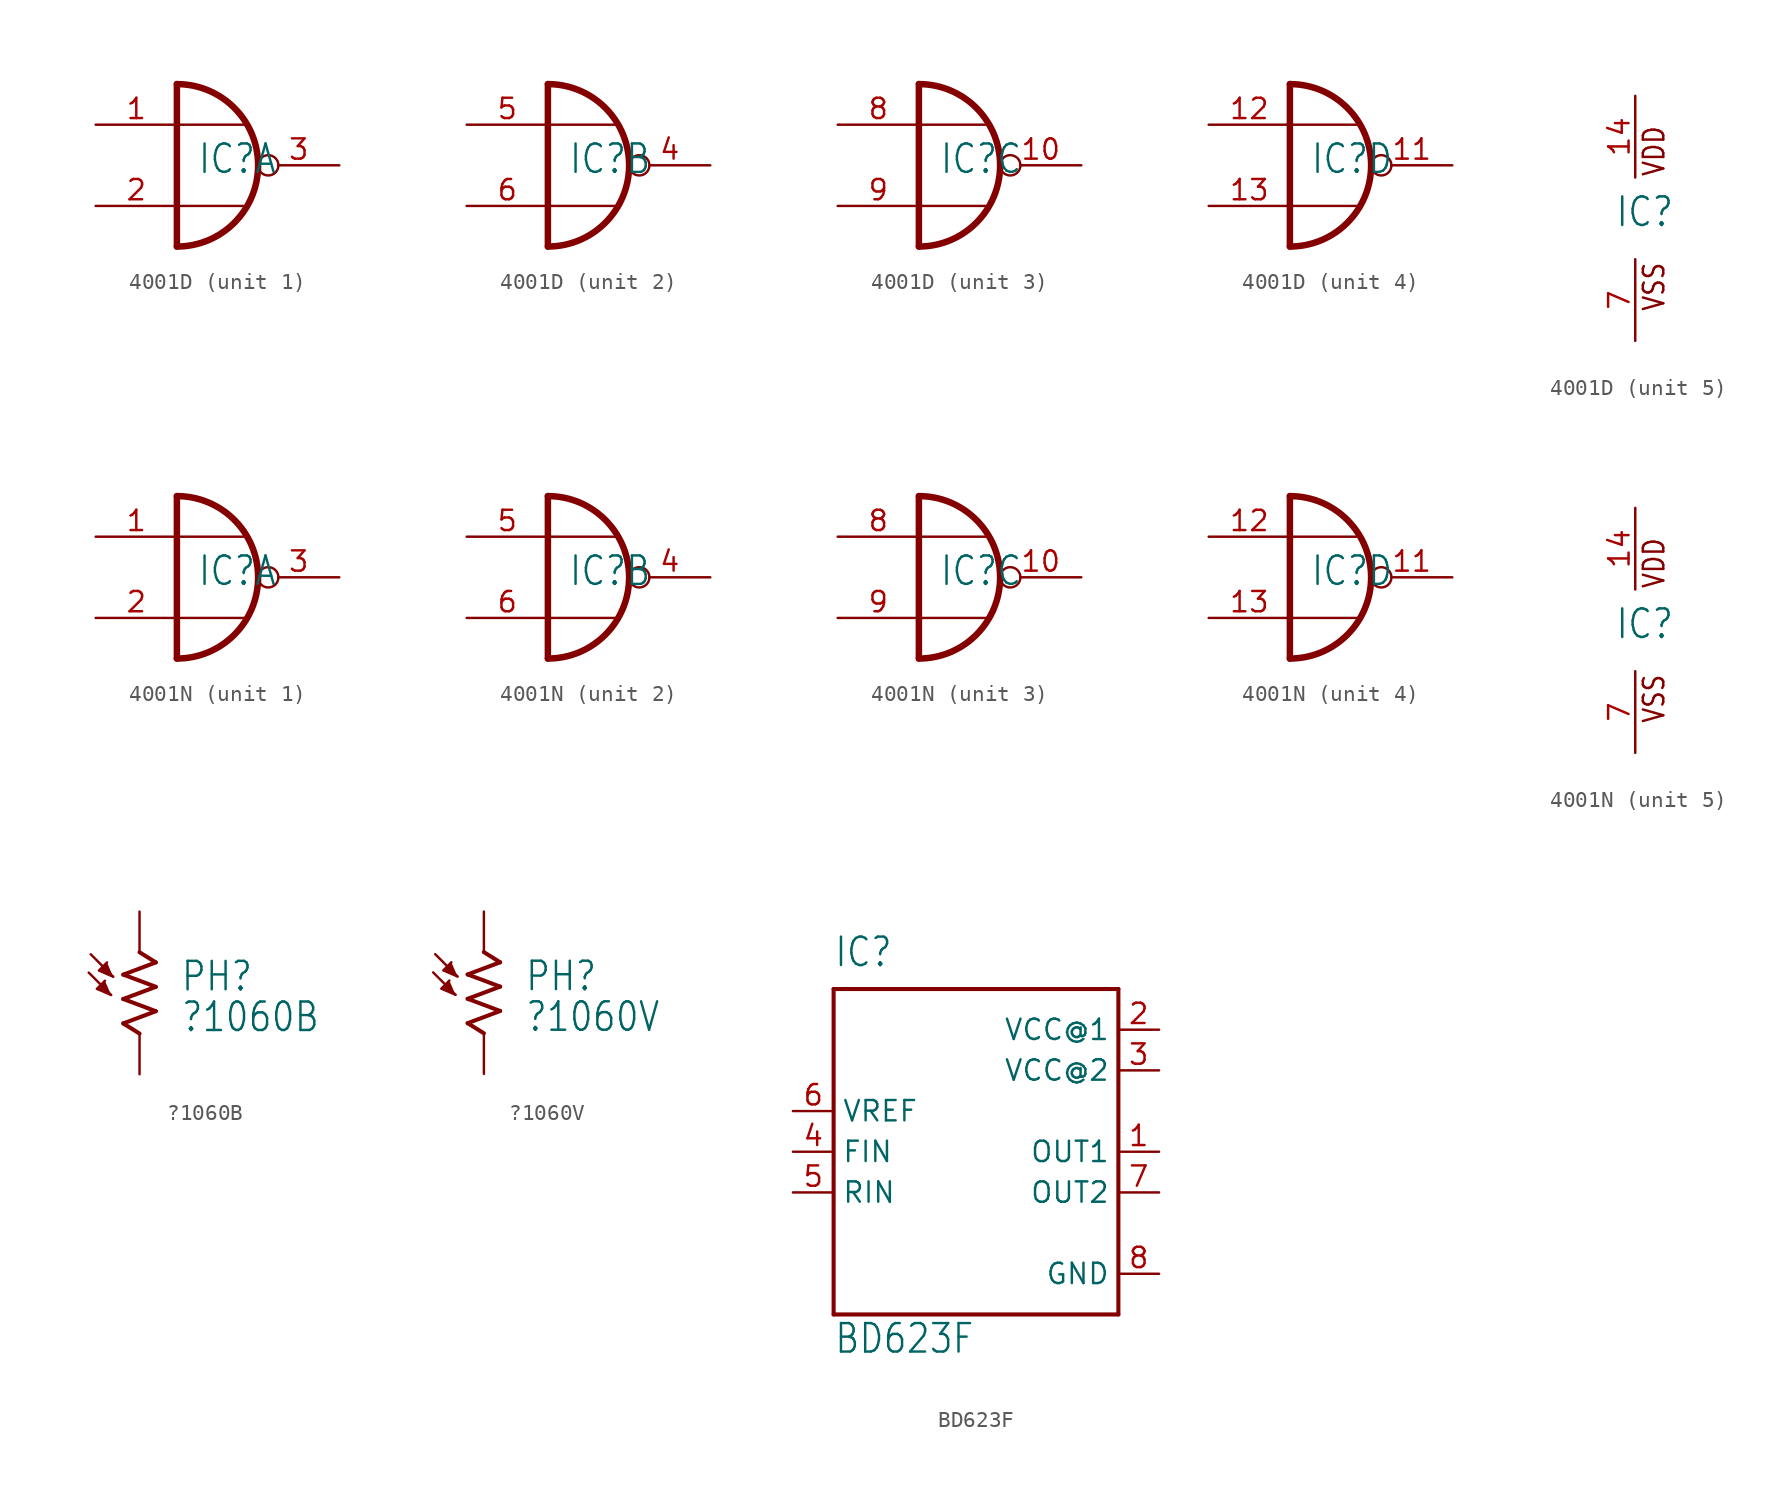
<source format=kicad_sym>
(kicad_symbol_lib
  (version 20211014)
  (generator kicad_symbol_editor)
  (symbol "4001D"
    (property "Reference" "IC"
      (at -1.27 -0.635 0)
      (effects (font (size 1.778 1.511)) (justify left bottom)))
    (property "ki_locked" ""
      (at 0 0 0)
      (effects (font (size 1.27 1.27))))
    (symbol "4001D_1_0"
      (arc (start -2.54 -5.08) (mid 2.54 0) (end -2.54 5.08) (stroke (width 0.4064) (type default) (color 0 0 0 0)) (fill (type none)))
      (polyline (pts (xy -2.54 -5.08) (xy -2.54 5.08)) (stroke (width 0.406) (type default) (color 0 0 0 0)) (fill (type none)))
      (polyline (pts (xy -2.54 -2.54) (xy 1.778 -2.54)) (stroke (width 0.152) (type default) (color 0 0 0 0)) (fill (type none)))
      (polyline (pts (xy -2.54 2.54) (xy 1.778 2.54)) (stroke (width 0.152) (type default) (color 0 0 0 0)) (fill (type none)))
      (pin input line (at -7.62 2.54 0) (length 5.08) (name "I0" (effects (font (size 0 0)))) (number "1" (effects (font (size 1.27 1.27)))))
      (pin input line (at -7.62 -2.54 0) (length 5.08) (name "I1" (effects (font (size 0 0)))) (number "2" (effects (font (size 1.27 1.27)))))
      (pin output inverted (at 7.62 0 180) (length 5.08) (name "O" (effects (font (size 0 0)))) (number "3" (effects (font (size 1.27 1.27))))))
    (symbol "4001D_2_0"
      (arc (start -2.54 -5.08) (mid 2.54 0) (end -2.54 5.08) (stroke (width 0.4064) (type default) (color 0 0 0 0)) (fill (type none)))
      (polyline (pts (xy -2.54 -5.08) (xy -2.54 5.08)) (stroke (width 0.406) (type default) (color 0 0 0 0)) (fill (type none)))
      (polyline (pts (xy -2.54 -2.54) (xy 1.778 -2.54)) (stroke (width 0.152) (type default) (color 0 0 0 0)) (fill (type none)))
      (polyline (pts (xy -2.54 2.54) (xy 1.778 2.54)) (stroke (width 0.152) (type default) (color 0 0 0 0)) (fill (type none)))
      (pin output inverted (at 7.62 0 180) (length 5.08) (name "O" (effects (font (size 0 0)))) (number "4" (effects (font (size 1.27 1.27)))))
      (pin input line (at -7.62 2.54 0) (length 5.08) (name "I0" (effects (font (size 0 0)))) (number "5" (effects (font (size 1.27 1.27)))))
      (pin input line (at -7.62 -2.54 0) (length 5.08) (name "I1" (effects (font (size 0 0)))) (number "6" (effects (font (size 1.27 1.27))))))
    (symbol "4001D_3_0"
      (arc (start -2.54 -5.08) (mid 2.54 0) (end -2.54 5.08) (stroke (width 0.4064) (type default) (color 0 0 0 0)) (fill (type none)))
      (polyline (pts (xy -2.54 -5.08) (xy -2.54 5.08)) (stroke (width 0.406) (type default) (color 0 0 0 0)) (fill (type none)))
      (polyline (pts (xy -2.54 -2.54) (xy 1.778 -2.54)) (stroke (width 0.152) (type default) (color 0 0 0 0)) (fill (type none)))
      (polyline (pts (xy -2.54 2.54) (xy 1.778 2.54)) (stroke (width 0.152) (type default) (color 0 0 0 0)) (fill (type none)))
      (pin output inverted (at 7.62 0 180) (length 5.08) (name "O" (effects (font (size 0 0)))) (number "10" (effects (font (size 1.27 1.27)))))
      (pin input line (at -7.62 2.54 0) (length 5.08) (name "I0" (effects (font (size 0 0)))) (number "8" (effects (font (size 1.27 1.27)))))
      (pin input line (at -7.62 -2.54 0) (length 5.08) (name "I1" (effects (font (size 0 0)))) (number "9" (effects (font (size 1.27 1.27))))))
    (symbol "4001D_4_0"
      (arc (start -2.54 -5.08) (mid 2.54 0) (end -2.54 5.08) (stroke (width 0.4064) (type default) (color 0 0 0 0)) (fill (type none)))
      (polyline (pts (xy -2.54 -5.08) (xy -2.54 5.08)) (stroke (width 0.406) (type default) (color 0 0 0 0)) (fill (type none)))
      (polyline (pts (xy -2.54 -2.54) (xy 1.778 -2.54)) (stroke (width 0.152) (type default) (color 0 0 0 0)) (fill (type none)))
      (polyline (pts (xy -2.54 2.54) (xy 1.778 2.54)) (stroke (width 0.152) (type default) (color 0 0 0 0)) (fill (type none)))
      (pin output inverted (at 7.62 0 180) (length 5.08) (name "O" (effects (font (size 0 0)))) (number "11" (effects (font (size 1.27 1.27)))))
      (pin input line (at -7.62 2.54 0) (length 5.08) (name "I0" (effects (font (size 0 0)))) (number "12" (effects (font (size 1.27 1.27)))))
      (pin input line (at -7.62 -2.54 0) (length 5.08) (name "I1" (effects (font (size 0 0)))) (number "13" (effects (font (size 1.27 1.27))))))
    (symbol "4001D_5_0"
      (text "VDD" (at 1.905 2.54 900) (effects (font (size 1.27 1.079)) (justify left bottom)))
      (text "VSS" (at 1.905 -5.842 900) (effects (font (size 1.27 1.079)) (justify left bottom)))
      (pin power_in line (at 0 7.62 270) (length 5.08) (name "VDD" (effects (font (size 0 0)))) (number "14" (effects (font (size 1.27 1.27)))))
      (pin power_in line (at 0 -7.62 90) (length 5.08) (name "VSS" (effects (font (size 0 0)))) (number "7" (effects (font (size 1.27 1.27)))))))
  (symbol "4001N"
    (property "Reference" "IC"
      (at -1.27 -0.635 0)
      (effects (font (size 1.778 1.511)) (justify left bottom)))
    (property "ki_locked" ""
      (at 0 0 0)
      (effects (font (size 1.27 1.27))))
    (symbol "4001N_1_0"
      (arc (start -2.54 -5.08) (mid 2.54 0) (end -2.54 5.08) (stroke (width 0.4064) (type default) (color 0 0 0 0)) (fill (type none)))
      (polyline (pts (xy -2.54 -5.08) (xy -2.54 5.08)) (stroke (width 0.406) (type default) (color 0 0 0 0)) (fill (type none)))
      (polyline (pts (xy -2.54 -2.54) (xy 1.778 -2.54)) (stroke (width 0.152) (type default) (color 0 0 0 0)) (fill (type none)))
      (polyline (pts (xy -2.54 2.54) (xy 1.778 2.54)) (stroke (width 0.152) (type default) (color 0 0 0 0)) (fill (type none)))
      (pin input line (at -7.62 2.54 0) (length 5.08) (name "I0" (effects (font (size 0 0)))) (number "1" (effects (font (size 1.27 1.27)))))
      (pin input line (at -7.62 -2.54 0) (length 5.08) (name "I1" (effects (font (size 0 0)))) (number "2" (effects (font (size 1.27 1.27)))))
      (pin output inverted (at 7.62 0 180) (length 5.08) (name "O" (effects (font (size 0 0)))) (number "3" (effects (font (size 1.27 1.27))))))
    (symbol "4001N_2_0"
      (arc (start -2.54 -5.08) (mid 2.54 0) (end -2.54 5.08) (stroke (width 0.4064) (type default) (color 0 0 0 0)) (fill (type none)))
      (polyline (pts (xy -2.54 -5.08) (xy -2.54 5.08)) (stroke (width 0.406) (type default) (color 0 0 0 0)) (fill (type none)))
      (polyline (pts (xy -2.54 -2.54) (xy 1.778 -2.54)) (stroke (width 0.152) (type default) (color 0 0 0 0)) (fill (type none)))
      (polyline (pts (xy -2.54 2.54) (xy 1.778 2.54)) (stroke (width 0.152) (type default) (color 0 0 0 0)) (fill (type none)))
      (pin output inverted (at 7.62 0 180) (length 5.08) (name "O" (effects (font (size 0 0)))) (number "4" (effects (font (size 1.27 1.27)))))
      (pin input line (at -7.62 2.54 0) (length 5.08) (name "I0" (effects (font (size 0 0)))) (number "5" (effects (font (size 1.27 1.27)))))
      (pin input line (at -7.62 -2.54 0) (length 5.08) (name "I1" (effects (font (size 0 0)))) (number "6" (effects (font (size 1.27 1.27))))))
    (symbol "4001N_3_0"
      (arc (start -2.54 -5.08) (mid 2.54 0) (end -2.54 5.08) (stroke (width 0.4064) (type default) (color 0 0 0 0)) (fill (type none)))
      (polyline (pts (xy -2.54 -5.08) (xy -2.54 5.08)) (stroke (width 0.406) (type default) (color 0 0 0 0)) (fill (type none)))
      (polyline (pts (xy -2.54 -2.54) (xy 1.778 -2.54)) (stroke (width 0.152) (type default) (color 0 0 0 0)) (fill (type none)))
      (polyline (pts (xy -2.54 2.54) (xy 1.778 2.54)) (stroke (width 0.152) (type default) (color 0 0 0 0)) (fill (type none)))
      (pin output inverted (at 7.62 0 180) (length 5.08) (name "O" (effects (font (size 0 0)))) (number "10" (effects (font (size 1.27 1.27)))))
      (pin input line (at -7.62 2.54 0) (length 5.08) (name "I0" (effects (font (size 0 0)))) (number "8" (effects (font (size 1.27 1.27)))))
      (pin input line (at -7.62 -2.54 0) (length 5.08) (name "I1" (effects (font (size 0 0)))) (number "9" (effects (font (size 1.27 1.27))))))
    (symbol "4001N_4_0"
      (arc (start -2.54 -5.08) (mid 2.54 0) (end -2.54 5.08) (stroke (width 0.4064) (type default) (color 0 0 0 0)) (fill (type none)))
      (polyline (pts (xy -2.54 -5.08) (xy -2.54 5.08)) (stroke (width 0.406) (type default) (color 0 0 0 0)) (fill (type none)))
      (polyline (pts (xy -2.54 -2.54) (xy 1.778 -2.54)) (stroke (width 0.152) (type default) (color 0 0 0 0)) (fill (type none)))
      (polyline (pts (xy -2.54 2.54) (xy 1.778 2.54)) (stroke (width 0.152) (type default) (color 0 0 0 0)) (fill (type none)))
      (pin output inverted (at 7.62 0 180) (length 5.08) (name "O" (effects (font (size 0 0)))) (number "11" (effects (font (size 1.27 1.27)))))
      (pin input line (at -7.62 2.54 0) (length 5.08) (name "I0" (effects (font (size 0 0)))) (number "12" (effects (font (size 1.27 1.27)))))
      (pin input line (at -7.62 -2.54 0) (length 5.08) (name "I1" (effects (font (size 0 0)))) (number "13" (effects (font (size 1.27 1.27))))))
    (symbol "4001N_5_0"
      (text "VDD" (at 1.905 2.54 900) (effects (font (size 1.27 1.079)) (justify left bottom)))
      (text "VSS" (at 1.905 -5.842 900) (effects (font (size 1.27 1.079)) (justify left bottom)))
      (pin power_in line (at 0 7.62 270) (length 5.08) (name "VDD" (effects (font (size 0 0)))) (number "14" (effects (font (size 1.27 1.27)))))
      (pin power_in line (at 0 -7.62 90) (length 5.08) (name "VSS" (effects (font (size 0 0)))) (number "7" (effects (font (size 1.27 1.27)))))))
  (symbol "?1060B"
    (property "Reference" "PH"
      (at 2.54 0 0)
      (effects (font (size 1.778 1.511)) (justify left bottom)))
    (property "Value" "?1060B"
      (at 2.54 -2.54 0)
      (effects (font (size 1.778 1.511)) (justify left bottom)))
    (property "ki_locked" ""
      (at 0 0 0)
      (effects (font (size 1.27 1.27))))
    (symbol "?1060B_1_0"
      (polyline (pts (xy -3.175 1.27) (xy -1.778 -0.127)) (stroke (width 0.152) (type default) (color 0 0 0 0)) (fill (type none)))
      (polyline (pts (xy -3.048 2.413) (xy -1.651 1.016)) (stroke (width 0.152) (type default) (color 0 0 0 0)) (fill (type none)))
      (polyline (pts (xy -1.016 -1.905) (xy 1.016 -1.143)) (stroke (width 0.254) (type default) (color 0 0 0 0)) (fill (type none)))
      (polyline (pts (xy -1.016 -0.381) (xy 1.016 0.381)) (stroke (width 0.254) (type default) (color 0 0 0 0)) (fill (type none)))
      (polyline (pts (xy -1.016 1.143) (xy 1.016 1.905)) (stroke (width 0.254) (type default) (color 0 0 0 0)) (fill (type none)))
      (polyline (pts (xy 0 -2.54) (xy -1.016 -1.905)) (stroke (width 0.254) (type default) (color 0 0 0 0)) (fill (type none)))
      (polyline (pts (xy 0 2.54) (xy 1.016 1.905)) (stroke (width 0.254) (type default) (color 0 0 0 0)) (fill (type none)))
      (polyline (pts (xy 1.016 -1.143) (xy -1.016 -0.381)) (stroke (width 0.254) (type default) (color 0 0 0 0)) (fill (type none)))
      (polyline (pts (xy 1.016 0.381) (xy -1.016 1.143)) (stroke (width 0.254) (type default) (color 0 0 0 0)) (fill (type none)))
      (polyline (pts (xy -1.778 -0.127) (xy -2.667 0.254) (xy -2.159 0.762)) (stroke (width 0) (type default) (color 0 0 0 0)) (fill (type outline)))
      (polyline (pts (xy -1.651 1.016) (xy -2.54 1.397) (xy -2.032 1.905)) (stroke (width 0) (type default) (color 0 0 0 0)) (fill (type outline)))
      (pin passive line (at 0 5.08 270) (length 2.54) (name "1" (effects (font (size 0 0)))) (number "1" (effects (font (size 0 0)))))
      (pin passive line (at 0 -5.08 90) (length 2.54) (name "2" (effects (font (size 0 0)))) (number "2" (effects (font (size 0 0)))))))
  (symbol "?1060V"
    (property "Reference" "PH"
      (at 2.54 0 0)
      (effects (font (size 1.778 1.511)) (justify left bottom)))
    (property "Value" "?1060V"
      (at 2.54 -2.54 0)
      (effects (font (size 1.778 1.511)) (justify left bottom)))
    (property "ki_locked" ""
      (at 0 0 0)
      (effects (font (size 1.27 1.27))))
    (symbol "?1060V_1_0"
      (polyline (pts (xy -3.175 1.27) (xy -1.778 -0.127)) (stroke (width 0.152) (type default) (color 0 0 0 0)) (fill (type none)))
      (polyline (pts (xy -3.048 2.413) (xy -1.651 1.016)) (stroke (width 0.152) (type default) (color 0 0 0 0)) (fill (type none)))
      (polyline (pts (xy -1.016 -1.905) (xy 1.016 -1.143)) (stroke (width 0.254) (type default) (color 0 0 0 0)) (fill (type none)))
      (polyline (pts (xy -1.016 -0.381) (xy 1.016 0.381)) (stroke (width 0.254) (type default) (color 0 0 0 0)) (fill (type none)))
      (polyline (pts (xy -1.016 1.143) (xy 1.016 1.905)) (stroke (width 0.254) (type default) (color 0 0 0 0)) (fill (type none)))
      (polyline (pts (xy 0 -2.54) (xy -1.016 -1.905)) (stroke (width 0.254) (type default) (color 0 0 0 0)) (fill (type none)))
      (polyline (pts (xy 0 2.54) (xy 1.016 1.905)) (stroke (width 0.254) (type default) (color 0 0 0 0)) (fill (type none)))
      (polyline (pts (xy 1.016 -1.143) (xy -1.016 -0.381)) (stroke (width 0.254) (type default) (color 0 0 0 0)) (fill (type none)))
      (polyline (pts (xy 1.016 0.381) (xy -1.016 1.143)) (stroke (width 0.254) (type default) (color 0 0 0 0)) (fill (type none)))
      (polyline (pts (xy -1.778 -0.127) (xy -2.667 0.254) (xy -2.159 0.762)) (stroke (width 0) (type default) (color 0 0 0 0)) (fill (type outline)))
      (polyline (pts (xy -1.651 1.016) (xy -2.54 1.397) (xy -2.032 1.905)) (stroke (width 0) (type default) (color 0 0 0 0)) (fill (type outline)))
      (pin passive line (at 0 5.08 270) (length 2.54) (name "1" (effects (font (size 0 0)))) (number "1" (effects (font (size 0 0)))))
      (pin passive line (at 0 -5.08 90) (length 2.54) (name "2" (effects (font (size 0 0)))) (number "2" (effects (font (size 0 0)))))))
  (symbol "BD623F"
    (property "Reference" "IC"
      (at -7.62 11.43 0)
      (effects (font (size 1.778 1.511)) (justify left bottom)))
    (property "Value" "BD623F"
      (at -7.62 -12.7 0)
      (effects (font (size 1.778 1.511)) (justify left bottom)))
    (property "ki_locked" ""
      (at 0 0 0)
      (effects (font (size 1.27 1.27))))
    (symbol "BD623F_1_0"
      (polyline (pts (xy -7.62 -10.16) (xy -7.62 10.16)) (stroke (width 0.254) (type default) (color 0 0 0 0)) (fill (type none)))
      (polyline (pts (xy -7.62 10.16) (xy 10.16 10.16)) (stroke (width 0.254) (type default) (color 0 0 0 0)) (fill (type none)))
      (polyline (pts (xy 10.16 -10.16) (xy -7.62 -10.16)) (stroke (width 0.254) (type default) (color 0 0 0 0)) (fill (type none)))
      (polyline (pts (xy 10.16 10.16) (xy 10.16 -10.16)) (stroke (width 0.254) (type default) (color 0 0 0 0)) (fill (type none)))
      (pin output line (at 12.7 0 180) (length 2.54) (name "OUT1" (effects (font (size 1.27 1.27)))) (number "1" (effects (font (size 1.27 1.27)))))
      (pin power_in line (at 12.7 7.62 180) (length 2.54) (name "VCC@1" (effects (font (size 1.27 1.27)))) (number "2" (effects (font (size 1.27 1.27)))))
      (pin power_in line (at 12.7 5.08 180) (length 2.54) (name "VCC@2" (effects (font (size 1.27 1.27)))) (number "3" (effects (font (size 1.27 1.27)))))
      (pin input line (at -10.16 0 0) (length 2.54) (name "FIN" (effects (font (size 1.27 1.27)))) (number "4" (effects (font (size 1.27 1.27)))))
      (pin input line (at -10.16 -2.54 0) (length 2.54) (name "RIN" (effects (font (size 1.27 1.27)))) (number "5" (effects (font (size 1.27 1.27)))))
      (pin passive line (at -10.16 2.54 0) (length 2.54) (name "VREF" (effects (font (size 1.27 1.27)))) (number "6" (effects (font (size 1.27 1.27)))))
      (pin output line (at 12.7 -2.54 180) (length 2.54) (name "OUT2" (effects (font (size 1.27 1.27)))) (number "7" (effects (font (size 1.27 1.27)))))
      (pin power_in line (at 12.7 -7.62 180) (length 2.54) (name "GND" (effects (font (size 1.27 1.27)))) (number "8" (effects (font (size 1.27 1.27))))))))
</source>
